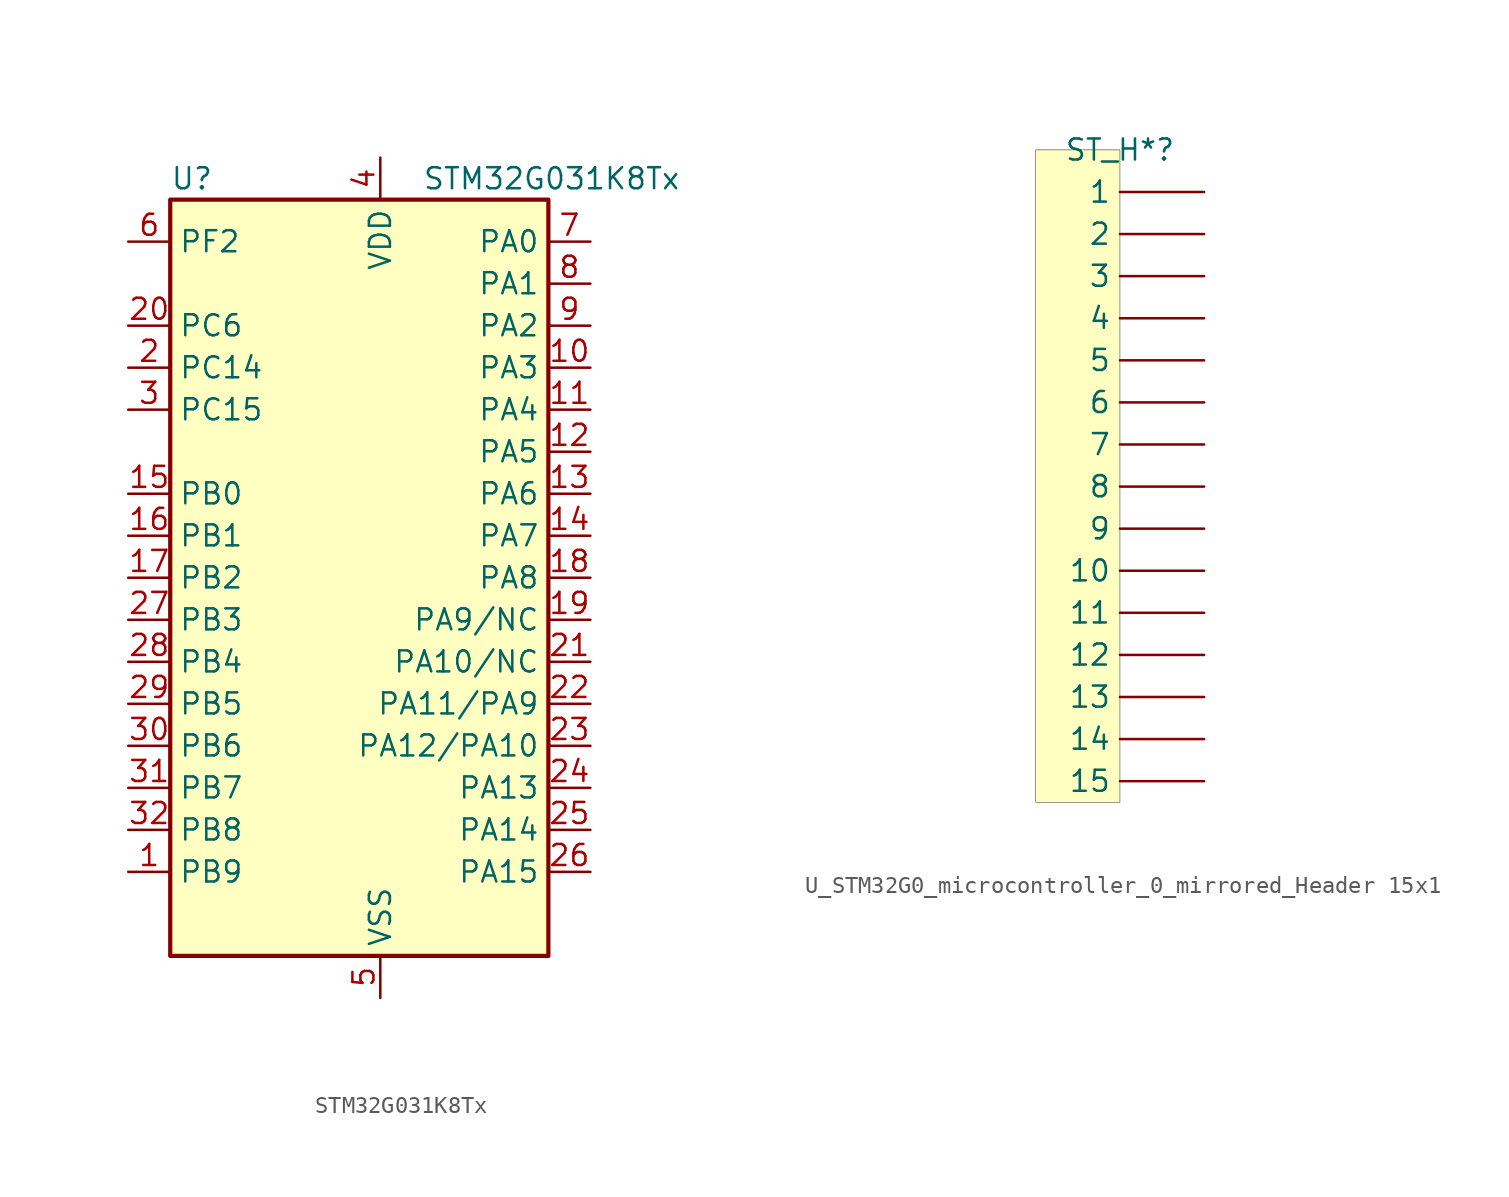
<source format=kicad_sym>
(kicad_symbol_lib
  (version 20231120)
  (generator "kicad_symbol_editor")
  (generator_version "8.0")
  (symbol "STM32G031K8Tx"
    (property "Reference" "U"
      (at -10.16 24.13 0)
      (effects (font (size 1.27 1.27)) (justify left)))
    (property "Value" "STM32G031K8Tx"
      (at 5.08 24.13 0)
      (effects (font (size 1.27 1.27)) (justify left)))
    (symbol "STM32G031K8Tx_0_1"
      (rectangle (start -10.16 -22.86) (end 12.7 22.86) (stroke (width 0.254) (type default)) (fill (type background))))
    (symbol "STM32G031K8Tx_1_1"
      (pin bidirectional line (at -12.7 -17.78 0) (length 2.54) (name "PB9" (effects (font (size 1.27 1.27)))) (number "1" (effects (font (size 1.27 1.27)))) (alternate "I2C1_SDA" bidirectional line) (alternate "IR_OUT" bidirectional line) (alternate "SPI2_NSS" bidirectional line) (alternate "TIM17_CH1" bidirectional line))
      (pin bidirectional line (at 15.24 12.7 180) (length 2.54) (name "PA3" (effects (font (size 1.27 1.27)))) (number "10" (effects (font (size 1.27 1.27)))) (alternate "ADC1_IN3" bidirectional line) (alternate "LPUART1_RX" bidirectional line) (alternate "SPI2_MISO" bidirectional line) (alternate "TIM2_CH4" bidirectional line) (alternate "USART2_RX" bidirectional line))
      (pin bidirectional line (at 15.24 10.16 180) (length 2.54) (name "PA4" (effects (font (size 1.27 1.27)))) (number "11" (effects (font (size 1.27 1.27)))) (alternate "ADC1_IN4" bidirectional line) (alternate "I2S1_WS" bidirectional line) (alternate "LPTIM2_OUT" bidirectional line) (alternate "RTC_OUT_ALARM" bidirectional line) (alternate "RTC_OUT_CALIB" bidirectional line) (alternate "RTC_TAMP_IN1" bidirectional line) (alternate "RTC_TS" bidirectional line) (alternate "SPI1_NSS" bidirectional line) (alternate "SPI2_MOSI" bidirectional line) (alternate "SYS_WKUP2" bidirectional line) (alternate "TIM14_CH1" bidirectional line))
      (pin bidirectional line (at 15.24 7.62 180) (length 2.54) (name "PA5" (effects (font (size 1.27 1.27)))) (number "12" (effects (font (size 1.27 1.27)))) (alternate "ADC1_IN5" bidirectional line) (alternate "I2S1_CK" bidirectional line) (alternate "LPTIM2_ETR" bidirectional line) (alternate "SPI1_SCK" bidirectional line) (alternate "TIM2_CH1" bidirectional line) (alternate "TIM2_ETR" bidirectional line))
      (pin bidirectional line (at 15.24 5.08 180) (length 2.54) (name "PA6" (effects (font (size 1.27 1.27)))) (number "13" (effects (font (size 1.27 1.27)))) (alternate "ADC1_IN6" bidirectional line) (alternate "I2S1_MCK" bidirectional line) (alternate "LPUART1_CTS" bidirectional line) (alternate "SPI1_MISO" bidirectional line) (alternate "TIM16_CH1" bidirectional line) (alternate "TIM1_BK" bidirectional line) (alternate "TIM3_CH1" bidirectional line))
      (pin bidirectional line (at 15.24 2.54 180) (length 2.54) (name "PA7" (effects (font (size 1.27 1.27)))) (number "14" (effects (font (size 1.27 1.27)))) (alternate "ADC1_IN7" bidirectional line) (alternate "I2S1_SD" bidirectional line) (alternate "SPI1_MOSI" bidirectional line) (alternate "TIM14_CH1" bidirectional line) (alternate "TIM17_CH1" bidirectional line) (alternate "TIM1_CH1N" bidirectional line) (alternate "TIM3_CH2" bidirectional line))
      (pin bidirectional line (at -12.7 5.08 0) (length 2.54) (name "PB0" (effects (font (size 1.27 1.27)))) (number "15" (effects (font (size 1.27 1.27)))) (alternate "ADC1_IN8" bidirectional line) (alternate "I2S1_WS" bidirectional line) (alternate "LPTIM1_OUT" bidirectional line) (alternate "SPI1_NSS" bidirectional line) (alternate "TIM1_CH2N" bidirectional line) (alternate "TIM3_CH3" bidirectional line))
      (pin bidirectional line (at -12.7 2.54 0) (length 2.54) (name "PB1" (effects (font (size 1.27 1.27)))) (number "16" (effects (font (size 1.27 1.27)))) (alternate "ADC1_IN9" bidirectional line) (alternate "LPTIM2_IN1" bidirectional line) (alternate "LPUART1_DE" bidirectional line) (alternate "LPUART1_RTS" bidirectional line) (alternate "TIM14_CH1" bidirectional line) (alternate "TIM1_CH3N" bidirectional line) (alternate "TIM3_CH4" bidirectional line))
      (pin bidirectional line (at -12.7 0 0) (length 2.54) (name "PB2" (effects (font (size 1.27 1.27)))) (number "17" (effects (font (size 1.27 1.27)))) (alternate "ADC1_IN10" bidirectional line) (alternate "LPTIM1_OUT" bidirectional line) (alternate "SPI2_MISO" bidirectional line))
      (pin bidirectional line (at 15.24 0 180) (length 2.54) (name "PA8" (effects (font (size 1.27 1.27)))) (number "18" (effects (font (size 1.27 1.27)))) (alternate "LPTIM2_OUT" bidirectional line) (alternate "RCC_MCO" bidirectional line) (alternate "SPI2_NSS" bidirectional line) (alternate "TIM1_CH1" bidirectional line))
      (pin bidirectional line (at 15.24 -2.54 180) (length 2.54) (name "PA9/NC" (effects (font (size 1.27 1.27)))) (number "19" (effects (font (size 1.27 1.27)))) (alternate "I2C1_SCL" bidirectional line) (alternate "RCC_MCO" bidirectional line) (alternate "SPI2_MISO" bidirectional line) (alternate "TIM1_CH2" bidirectional line) (alternate "USART1_TX" bidirectional line))
      (pin bidirectional line (at -12.7 12.7 0) (length 2.54) (name "PC14" (effects (font (size 1.27 1.27)))) (number "2" (effects (font (size 1.27 1.27)))) (alternate "RCC_OSC32_IN" bidirectional line) (alternate "RCC_OSC_IN" bidirectional line) (alternate "TIM1_BK2" bidirectional line))
      (pin bidirectional line (at -12.7 15.24 0) (length 2.54) (name "PC6" (effects (font (size 1.27 1.27)))) (number "20" (effects (font (size 1.27 1.27)))) (alternate "TIM2_CH3" bidirectional line) (alternate "TIM3_CH1" bidirectional line))
      (pin bidirectional line (at 15.24 -5.08 180) (length 2.54) (name "PA10/NC" (effects (font (size 1.27 1.27)))) (number "21" (effects (font (size 1.27 1.27)))) (alternate "I2C1_SDA" bidirectional line) (alternate "SPI2_MOSI" bidirectional line) (alternate "TIM17_BK" bidirectional line) (alternate "TIM1_CH3" bidirectional line) (alternate "USART1_RX" bidirectional line))
      (pin bidirectional line (at 15.24 -7.62 180) (length 2.54) (name "PA11/PA9" (effects (font (size 1.27 1.27)))) (number "22" (effects (font (size 1.27 1.27)))) (alternate "ADC1_EXTI11" bidirectional line) (alternate "ADC1_IN15" bidirectional line) (alternate "I2C2_SCL" bidirectional line) (alternate "I2S1_MCK" bidirectional line) (alternate "SPI1_MISO" bidirectional line) (alternate "TIM1_BK2" bidirectional line) (alternate "TIM1_CH4" bidirectional line) (alternate "USART1_CTS" bidirectional line) (alternate "USART1_NSS" bidirectional line))
      (pin bidirectional line (at 15.24 -10.16 180) (length 2.54) (name "PA12/PA10" (effects (font (size 1.27 1.27)))) (number "23" (effects (font (size 1.27 1.27)))) (alternate "ADC1_IN16" bidirectional line) (alternate "I2C2_SDA" bidirectional line) (alternate "I2S1_SD" bidirectional line) (alternate "I2S_CKIN" bidirectional line) (alternate "SPI1_MOSI" bidirectional line) (alternate "TIM1_ETR" bidirectional line) (alternate "USART1_CK" bidirectional line) (alternate "USART1_DE" bidirectional line) (alternate "USART1_RTS" bidirectional line))
      (pin bidirectional line (at 15.24 -12.7 180) (length 2.54) (name "PA13" (effects (font (size 1.27 1.27)))) (number "24" (effects (font (size 1.27 1.27)))) (alternate "ADC1_IN17" bidirectional line) (alternate "IR_OUT" bidirectional line) (alternate "SYS_SWDIO" bidirectional line))
      (pin bidirectional line (at 15.24 -15.24 180) (length 2.54) (name "PA14" (effects (font (size 1.27 1.27)))) (number "25" (effects (font (size 1.27 1.27)))) (alternate "ADC1_IN18" bidirectional line) (alternate "SYS_SWCLK" bidirectional line) (alternate "USART2_TX" bidirectional line))
      (pin bidirectional line (at 15.24 -17.78 180) (length 2.54) (name "PA15" (effects (font (size 1.27 1.27)))) (number "26" (effects (font (size 1.27 1.27)))) (alternate "I2S1_WS" bidirectional line) (alternate "SPI1_NSS" bidirectional line) (alternate "TIM2_CH1" bidirectional line) (alternate "TIM2_ETR" bidirectional line) (alternate "USART2_RX" bidirectional line))
      (pin bidirectional line (at -12.7 -2.54 0) (length 2.54) (name "PB3" (effects (font (size 1.27 1.27)))) (number "27" (effects (font (size 1.27 1.27)))) (alternate "I2S1_CK" bidirectional line) (alternate "SPI1_SCK" bidirectional line) (alternate "TIM1_CH2" bidirectional line) (alternate "TIM2_CH2" bidirectional line) (alternate "USART1_CK" bidirectional line) (alternate "USART1_DE" bidirectional line) (alternate "USART1_RTS" bidirectional line))
      (pin bidirectional line (at -12.7 -5.08 0) (length 2.54) (name "PB4" (effects (font (size 1.27 1.27)))) (number "28" (effects (font (size 1.27 1.27)))) (alternate "I2S1_MCK" bidirectional line) (alternate "SPI1_MISO" bidirectional line) (alternate "TIM17_BK" bidirectional line) (alternate "TIM3_CH1" bidirectional line) (alternate "USART1_CTS" bidirectional line) (alternate "USART1_NSS" bidirectional line))
      (pin bidirectional line (at -12.7 -7.62 0) (length 2.54) (name "PB5" (effects (font (size 1.27 1.27)))) (number "29" (effects (font (size 1.27 1.27)))) (alternate "I2C1_SMBA" bidirectional line) (alternate "I2S1_SD" bidirectional line) (alternate "LPTIM1_IN1" bidirectional line) (alternate "SPI1_MOSI" bidirectional line) (alternate "SYS_WKUP6" bidirectional line) (alternate "TIM16_BK" bidirectional line) (alternate "TIM3_CH2" bidirectional line))
      (pin bidirectional line (at -12.7 10.16 0) (length 2.54) (name "PC15" (effects (font (size 1.27 1.27)))) (number "3" (effects (font (size 1.27 1.27)))) (alternate "RCC_OSC32_EN" bidirectional line) (alternate "RCC_OSC32_OUT" bidirectional line) (alternate "RCC_OSC_EN" bidirectional line))
      (pin bidirectional line (at -12.7 -10.16 0) (length 2.54) (name "PB6" (effects (font (size 1.27 1.27)))) (number "30" (effects (font (size 1.27 1.27)))) (alternate "I2C1_SCL" bidirectional line) (alternate "LPTIM1_ETR" bidirectional line) (alternate "SPI2_MISO" bidirectional line) (alternate "TIM16_CH1N" bidirectional line) (alternate "TIM1_CH3" bidirectional line) (alternate "USART1_TX" bidirectional line))
      (pin bidirectional line (at -12.7 -12.7 0) (length 2.54) (name "PB7" (effects (font (size 1.27 1.27)))) (number "31" (effects (font (size 1.27 1.27)))) (alternate "ADC1_IN11" bidirectional line) (alternate "I2C1_SDA" bidirectional line) (alternate "LPTIM1_IN2" bidirectional line) (alternate "SPI2_MOSI" bidirectional line) (alternate "SYS_PVD_IN" bidirectional line) (alternate "TIM17_CH1N" bidirectional line) (alternate "USART1_RX" bidirectional line))
      (pin bidirectional line (at -12.7 -15.24 0) (length 2.54) (name "PB8" (effects (font (size 1.27 1.27)))) (number "32" (effects (font (size 1.27 1.27)))) (alternate "I2C1_SCL" bidirectional line) (alternate "SPI2_SCK" bidirectional line) (alternate "TIM16_CH1" bidirectional line))
      (pin power_in line (at 2.54 25.4 270) (length 2.54) (name "VDD" (effects (font (size 1.27 1.27)))) (number "4" (effects (font (size 1.27 1.27)))))
      (pin power_in line (at 2.54 -25.4 90) (length 2.54) (name "VSS" (effects (font (size 1.27 1.27)))) (number "5" (effects (font (size 1.27 1.27)))))
      (pin bidirectional line (at -12.7 20.32 0) (length 2.54) (name "PF2" (effects (font (size 1.27 1.27)))) (number "6" (effects (font (size 1.27 1.27)))) (alternate "RCC_MCO" bidirectional line))
      (pin bidirectional line (at 15.24 20.32 180) (length 2.54) (name "PA0" (effects (font (size 1.27 1.27)))) (number "7" (effects (font (size 1.27 1.27)))) (alternate "ADC1_IN0" bidirectional line) (alternate "LPTIM1_OUT" bidirectional line) (alternate "RTC_TAMP_IN2" bidirectional line) (alternate "SPI2_SCK" bidirectional line) (alternate "SYS_WKUP1" bidirectional line) (alternate "TIM2_CH1" bidirectional line) (alternate "TIM2_ETR" bidirectional line) (alternate "USART2_CTS" bidirectional line) (alternate "USART2_NSS" bidirectional line))
      (pin bidirectional line (at 15.24 17.78 180) (length 2.54) (name "PA1" (effects (font (size 1.27 1.27)))) (number "8" (effects (font (size 1.27 1.27)))) (alternate "ADC1_IN1" bidirectional line) (alternate "I2C1_SMBA" bidirectional line) (alternate "I2S1_CK" bidirectional line) (alternate "SPI1_SCK" bidirectional line) (alternate "TIM2_CH2" bidirectional line) (alternate "USART2_CK" bidirectional line) (alternate "USART2_DE" bidirectional line) (alternate "USART2_RTS" bidirectional line))
      (pin bidirectional line (at 15.24 15.24 180) (length 2.54) (name "PA2" (effects (font (size 1.27 1.27)))) (number "9" (effects (font (size 1.27 1.27)))) (alternate "ADC1_IN2" bidirectional line) (alternate "I2S1_SD" bidirectional line) (alternate "LPUART1_TX" bidirectional line) (alternate "RCC_LSCO" bidirectional line) (alternate "SPI1_MOSI" bidirectional line) (alternate "SYS_WKUP4" bidirectional line) (alternate "TIM2_CH3" bidirectional line) (alternate "USART2_TX" bidirectional line))))
  (symbol "U_STM32G0_microcontroller_0_mirrored_Header 15x1"
    (property "Reference" "ST_H*"
      (at 0 0 0)
      (effects (font (size 1.27 1.27))))
    (property "Value" ""
      (at 0 0 0)
      (effects (font (size 1.27 1.27))))
    (symbol "U_STM32G0_microcontroller_0_mirrored_Header 15x1_1_0"
      (rectangle (start 0 0) (end -5.08 -39.37) (stroke (width 0.025) (type solid) (color 0 0 0 1)) (fill (type background)))
      (pin passive line (at 5.08 -2.54 180) (length 5.08) (name "1" (effects (font (size 1.27 1.27)))) (number "1" (effects (font (size 0 0)))))
      (pin passive line (at 5.08 -25.4 180) (length 5.08) (name "10" (effects (font (size 1.27 1.27)))) (number "10" (effects (font (size 0 0)))))
      (pin passive line (at 5.08 -27.94 180) (length 5.08) (name "11" (effects (font (size 1.27 1.27)))) (number "11" (effects (font (size 0 0)))))
      (pin passive line (at 5.08 -30.48 180) (length 5.08) (name "12" (effects (font (size 1.27 1.27)))) (number "12" (effects (font (size 0 0)))))
      (pin passive line (at 5.08 -33.02 180) (length 5.08) (name "13" (effects (font (size 1.27 1.27)))) (number "13" (effects (font (size 0 0)))))
      (pin passive line (at 5.08 -35.56 180) (length 5.08) (name "14" (effects (font (size 1.27 1.27)))) (number "14" (effects (font (size 0 0)))))
      (pin passive line (at 5.08 -38.1 180) (length 5.08) (name "15" (effects (font (size 1.27 1.27)))) (number "15" (effects (font (size 0 0)))))
      (pin passive line (at 5.08 -5.08 180) (length 5.08) (name "2" (effects (font (size 1.27 1.27)))) (number "2" (effects (font (size 0 0)))))
      (pin passive line (at 5.08 -7.62 180) (length 5.08) (name "3" (effects (font (size 1.27 1.27)))) (number "3" (effects (font (size 0 0)))))
      (pin passive line (at 5.08 -10.16 180) (length 5.08) (name "4" (effects (font (size 1.27 1.27)))) (number "4" (effects (font (size 0 0)))))
      (pin passive line (at 5.08 -12.7 180) (length 5.08) (name "5" (effects (font (size 1.27 1.27)))) (number "5" (effects (font (size 0 0)))))
      (pin passive line (at 5.08 -15.24 180) (length 5.08) (name "6" (effects (font (size 1.27 1.27)))) (number "6" (effects (font (size 0 0)))))
      (pin passive line (at 5.08 -17.78 180) (length 5.08) (name "7" (effects (font (size 1.27 1.27)))) (number "7" (effects (font (size 0 0)))))
      (pin passive line (at 5.08 -20.32 180) (length 5.08) (name "8" (effects (font (size 1.27 1.27)))) (number "8" (effects (font (size 0 0)))))
      (pin passive line (at 5.08 -22.86 180) (length 5.08) (name "9" (effects (font (size 1.27 1.27)))) (number "9" (effects (font (size 0 0))))))))
</source>
